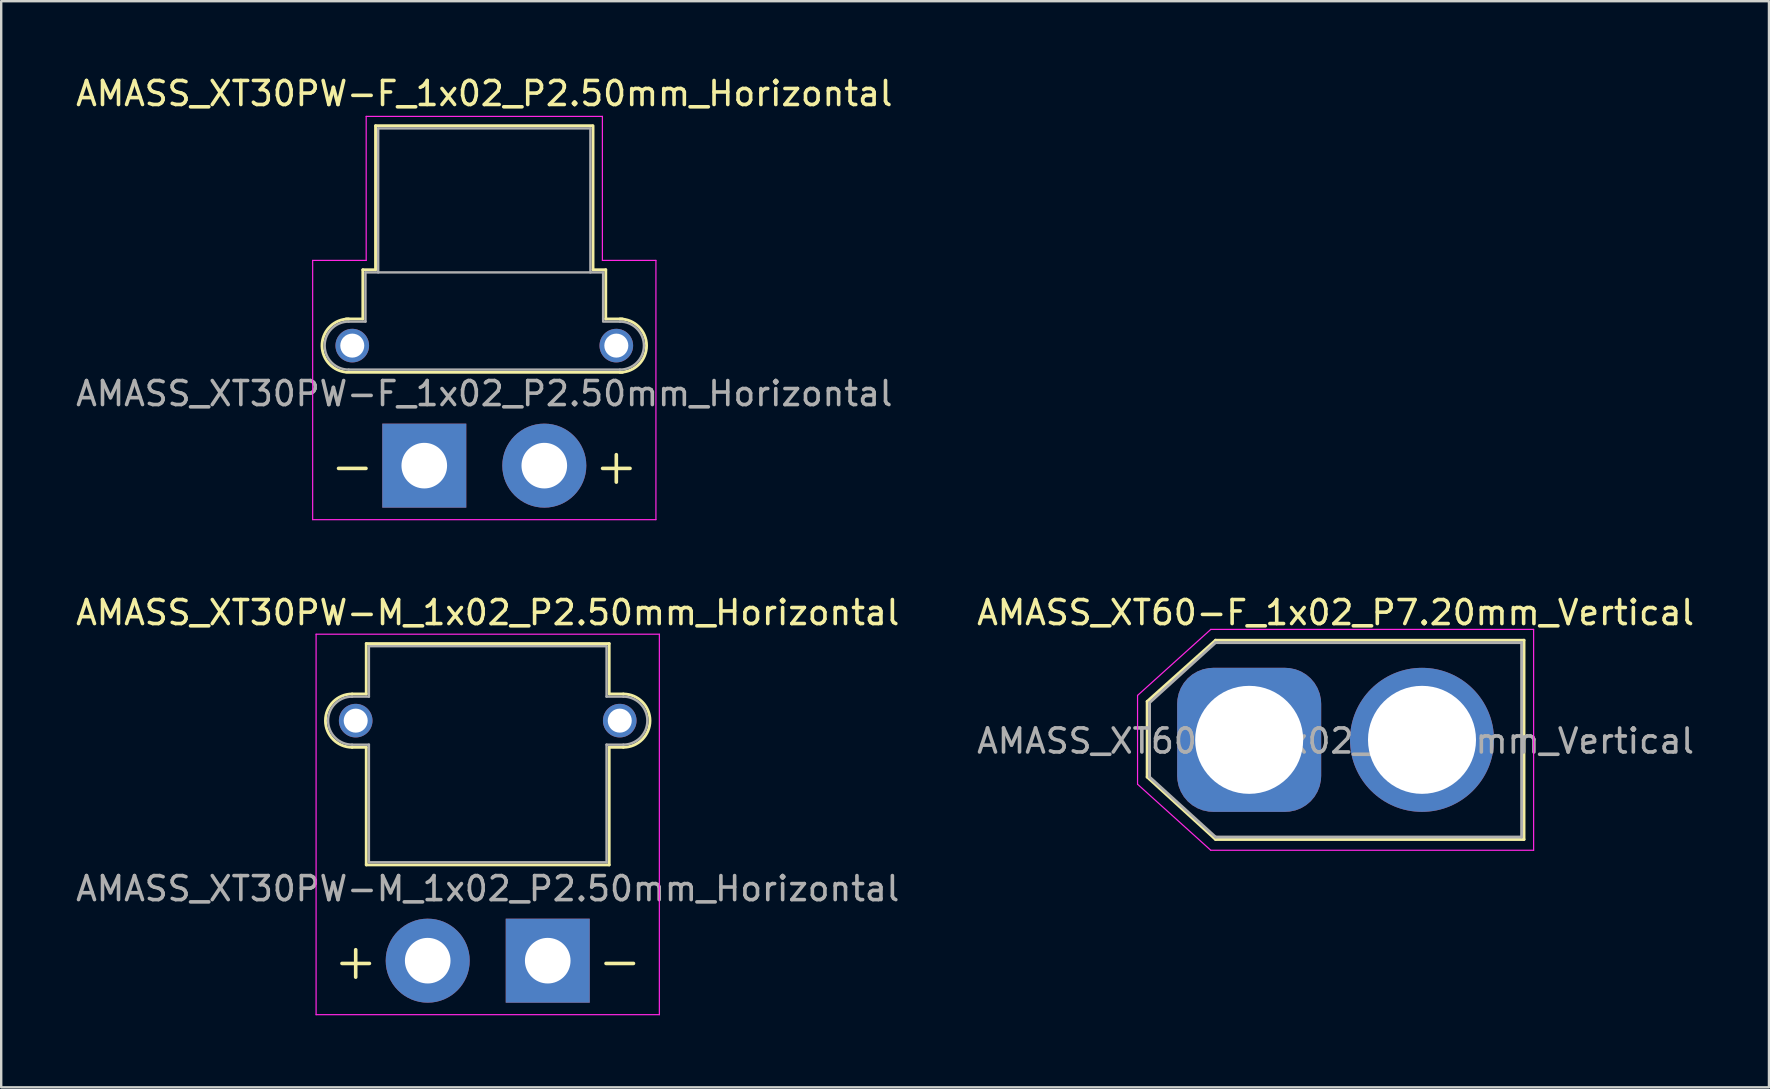
<source format=kicad_pcb>
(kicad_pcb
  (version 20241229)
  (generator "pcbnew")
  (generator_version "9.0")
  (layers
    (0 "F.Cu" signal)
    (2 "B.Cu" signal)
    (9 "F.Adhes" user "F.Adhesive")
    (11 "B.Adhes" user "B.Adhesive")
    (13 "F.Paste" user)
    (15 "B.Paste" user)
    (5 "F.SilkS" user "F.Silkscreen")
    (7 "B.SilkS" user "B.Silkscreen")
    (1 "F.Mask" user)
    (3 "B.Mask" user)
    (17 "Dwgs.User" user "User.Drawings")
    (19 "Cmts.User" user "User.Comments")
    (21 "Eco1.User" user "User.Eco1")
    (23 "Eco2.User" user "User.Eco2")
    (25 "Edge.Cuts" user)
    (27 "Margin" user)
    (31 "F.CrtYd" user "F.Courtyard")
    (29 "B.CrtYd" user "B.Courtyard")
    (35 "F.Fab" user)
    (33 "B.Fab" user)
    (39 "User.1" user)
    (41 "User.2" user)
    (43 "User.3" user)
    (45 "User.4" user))
  (footprint "AMASS_XT30PW-F_1x02_P2.50mm_Horizontal"
    (layer "F.Cu")
    (at 14.625 16.348)
    (property "Reference" "AMASS_XT30PW-F_1x02_P2.50mm_Horizontal" (at 2.5 -15.5 0) (layer "F.SilkS") (effects (font (size 1 1) (thickness 0.15))))
    (attr through_hole)
    (fp_line (start -3.26 -6.11) (end -2.56 -6.11) (stroke (width 0.12) (type solid)) (layer "F.SilkS"))
    (fp_line (start -3.26 -3.89) (end 8.26 -3.89) (stroke (width 0.12) (type solid)) (layer "F.SilkS"))
    (fp_line (start -2.56 -8.16) (end -2.56 -6.11) (stroke (width 0.12) (type solid)) (layer "F.SilkS"))
    (fp_line (start -2.56 -8.16) (end -2.03 -8.16) (stroke (width 0.12) (type solid)) (layer "F.SilkS"))
    (fp_line (start -2.03 -14.16) (end -2.03 -8.16) (stroke (width 0.12) (type solid)) (layer "F.SilkS"))
    (fp_line (start -2.03 -14.16) (end 7 -14.16) (stroke (width 0.12) (type solid)) (layer "F.SilkS"))
    (fp_line (start 7.03 -14.16) (end 7.03 -8.16) (stroke (width 0.12) (type solid)) (layer "F.SilkS"))
    (fp_line (start 7.03 -8.16) (end 7.56 -8.16) (stroke (width 0.12) (type solid)) (layer "F.SilkS"))
    (fp_line (start 7.56 -8.16) (end 7.56 -6.11) (stroke (width 0.12) (type solid)) (layer "F.SilkS"))
    (fp_line (start 7.56 -6.11) (end 8.26 -6.11) (stroke (width 0.12) (type solid)) (layer "F.SilkS"))
    (fp_arc (start -3.321729 -3.903365) (mid -4.256653 -5.086124) (end -3.15 -6.11) (stroke (width 0.12) (type solid)) (layer "F.SilkS"))
    (fp_arc (start 8.15 -6.11) (mid 9.26 -5) (end 8.15 -3.89) (stroke (width 0.12) (type solid)) (layer "F.SilkS"))
    (fp_line (start -4.65 -8.55) (end -4.65 2.25) (stroke (width 0.05) (type solid)) (layer "F.CrtYd"))
    (fp_line (start -4.65 -8.55) (end -2.42 -8.55) (stroke (width 0.05) (type solid)) (layer "F.CrtYd"))
    (fp_line (start -4.65 2.25) (end 9.65 2.25) (stroke (width 0.05) (type solid)) (layer "F.CrtYd"))
    (fp_line (start -2.42 -14.55) (end -2.42 -8.55) (stroke (width 0.05) (type solid)) (layer "F.CrtYd"))
    (fp_line (start -2.42 -14.55) (end 7.42 -14.55) (stroke (width 0.05) (type solid)) (layer "F.CrtYd"))
    (fp_line (start 7.42 -14.55) (end 7.42 -8.55) (stroke (width 0.05) (type solid)) (layer "F.CrtYd"))
    (fp_line (start 7.42 -8.55) (end 9.65 -8.55) (stroke (width 0.05) (type solid)) (layer "F.CrtYd"))
    (fp_line (start 9.65 -8.55) (end 9.65 2.25) (stroke (width 0.05) (type solid)) (layer "F.CrtYd"))
    (fp_line (start -3.15 -6) (end -2.45 -6) (stroke (width 0.1) (type solid)) (layer "F.Fab"))
    (fp_line (start -3.15 -4) (end 8.15 -4) (stroke (width 0.1) (type solid)) (layer "F.Fab"))
    (fp_line (start -2.45 -8.05) (end -2.45 -6) (stroke (width 0.1) (type solid)) (layer "F.Fab"))
    (fp_line (start -2.45 -8.05) (end 7.45 -8.05) (stroke (width 0.1) (type solid)) (layer "F.Fab"))
    (fp_line (start -1.92 -14.05) (end -1.92 -8.05) (stroke (width 0.1) (type solid)) (layer "F.Fab"))
    (fp_line (start -1.92 -14.05) (end 6.92 -14.05) (stroke (width 0.1) (type solid)) (layer "F.Fab"))
    (fp_line (start 6.92 -14.05) (end 6.92 -8.05) (stroke (width 0.1) (type solid)) (layer "F.Fab"))
    (fp_line (start 7.45 -8.05) (end 7.45 -6.05) (stroke (width 0.1) (type solid)) (layer "F.Fab"))
    (fp_line (start 7.45 -6) (end 8.15 -6) (stroke (width 0.1) (type solid)) (layer "F.Fab"))
    (fp_arc (start -3.15 -4) (mid -4.15 -5) (end -3.15 -6) (stroke (width 0.1) (type solid)) (layer "F.Fab"))
    (fp_arc (start 8.15 -6) (mid 9.15 -5) (end 8.15 -4) (stroke (width 0.1) (type solid)) (layer "F.Fab"))
    (fp_text user "-" (at -3 0 0) (layer "F.SilkS") (effects (font (size 1.5 1.5) (thickness 0.15))))
    (fp_text user "+" (at 8 0 0) (layer "F.SilkS") (effects (font (size 1.5 1.5) (thickness 0.15))))
    (fp_text user "${REFERENCE}" (at 2.5 -3 0) (layer "F.Fab") (effects (font (size 1 1) (thickness 0.15))))
    (pad "" thru_hole circle (at -3 -5 90) (size 1.4 1.4) (drill 1) (layers "*.Cu" "*.Mask"))
    (pad "" thru_hole circle (at 8 -5) (size 1.4 1.4) (drill 1) (layers "*.Cu" "*.Mask"))
    (pad "1" thru_hole rect (at 0 0) (size 3.5 3.5) (drill 1.9) (layers "*.Cu" "*.Mask"))
    (pad "2" thru_hole circle (at 5 0) (size 3.5 3.5) (drill 1.9) (layers "*.Cu" "*.Mask")))
  (footprint "AMASS_XT60-F_1x02_P7.20mm_Vertical"
    (layer "F.Cu")
    (at 48.989 27.771)
    (property "Reference" "AMASS_XT60-F_1x02_P7.20mm_Vertical" (at 3.6 -5.3 180) (layer "F.SilkS") (effects (font (size 1 1) (thickness 0.15))))
    (attr through_hole)
    (fp_line (start -4.25 -1.6) (end -4.25 1.55) (stroke (width 0.12) (type solid)) (layer "F.SilkS"))
    (fp_line (start -4.25 1.55) (end -1.4 4.15) (stroke (width 0.12) (type solid)) (layer "F.SilkS"))
    (fp_line (start -1.4 -4.15) (end -4.25 -1.6) (stroke (width 0.12) (type solid)) (layer "F.SilkS"))
    (fp_line (start -1.4 4.15) (end 11.45 4.15) (stroke (width 0.12) (type solid)) (layer "F.SilkS"))
    (fp_line (start 11.45 -4.15) (end -1.4 -4.15) (stroke (width 0.12) (type solid)) (layer "F.SilkS"))
    (fp_line (start 11.45 4.15) (end 11.45 -4.15) (stroke (width 0.12) (type solid)) (layer "F.SilkS"))
    (fp_line (start -4.65 -1.85) (end -1.6 -4.6) (stroke (width 0.05) (type solid)) (layer "F.CrtYd"))
    (fp_line (start -4.65 1.85) (end -4.65 -1.85) (stroke (width 0.05) (type solid)) (layer "F.CrtYd"))
    (fp_line (start -1.6 -4.6) (end 11.85 -4.6) (stroke (width 0.05) (type solid)) (layer "F.CrtYd"))
    (fp_line (start -1.6 4.6) (end -4.65 1.85) (stroke (width 0.05) (type solid)) (layer "F.CrtYd"))
    (fp_line (start 11.85 -4.6) (end 11.85 4.6) (stroke (width 0.05) (type solid)) (layer "F.CrtYd"))
    (fp_line (start 11.85 4.6) (end -1.6 4.6) (stroke (width 0.05) (type solid)) (layer "F.CrtYd"))
    (fp_line (start -4.15 -1.55) (end -4.15 1.55) (stroke (width 0.12) (type solid)) (layer "F.Fab"))
    (fp_line (start -4.15 1.55) (end -1.4 4.05) (stroke (width 0.12) (type solid)) (layer "F.Fab"))
    (fp_line (start -1.4 -4.05) (end -4.15 -1.55) (stroke (width 0.12) (type solid)) (layer "F.Fab"))
    (fp_line (start -1.4 4.05) (end 11.35 4.05) (stroke (width 0.12) (type solid)) (layer "F.Fab"))
    (fp_line (start 11.35 -4.05) (end -1.4 -4.05) (stroke (width 0.12) (type solid)) (layer "F.Fab"))
    (fp_line (start 11.35 4.05) (end 11.35 -4.05) (stroke (width 0.12) (type solid)) (layer "F.Fab"))
    (fp_text user "${REFERENCE}" (at 3.6 0.05 0) (layer "F.Fab") (effects (font (size 1 1) (thickness 0.15))))
    (pad "1" thru_hole roundrect (at 0 0) (size 6 6) (drill 4.5) (layers "*.Cu" "*.Mask") (roundrect_rratio 0.25))
    (pad "2" thru_hole circle (at 7.2 0) (size 6 6) (drill 4.5) (layers "*.Cu" "*.Mask")))
  (footprint "AMASS_XT30PW-M_1x02_P2.50mm_Horizontal"
    (layer "F.Cu")
    (at 19.768 36.971)
    (property "Reference" "AMASS_XT30PW-M_1x02_P2.50mm_Horizontal" (at -2.5 -14.5 0) (layer "F.SilkS") (effects (font (size 1 1) (thickness 0.15))))
    (attr through_hole)
    (fp_line (start -8.15 -11.11) (end -7.56 -11.11) (stroke (width 0.12) (type solid)) (layer "F.SilkS"))
    (fp_line (start -8.15 -8.89) (end -7.56 -8.89) (stroke (width 0.12) (type solid)) (layer "F.SilkS"))
    (fp_line (start -7.56 -13.21) (end -7.56 -11.11) (stroke (width 0.12) (type solid)) (layer "F.SilkS"))
    (fp_line (start -7.56 -13.21) (end 2.56 -13.21) (stroke (width 0.12) (type solid)) (layer "F.SilkS"))
    (fp_line (start -7.56 -8.89) (end -7.56 -3.99) (stroke (width 0.12) (type solid)) (layer "F.SilkS"))
    (fp_line (start -7.56 -3.99) (end 2.56 -3.99) (stroke (width 0.12) (type solid)) (layer "F.SilkS"))
    (fp_line (start 2.56 -13.21) (end 2.56 -11.11) (stroke (width 0.12) (type solid)) (layer "F.SilkS"))
    (fp_line (start 2.56 -11.11) (end 3.15 -11.11) (stroke (width 0.12) (type solid)) (layer "F.SilkS"))
    (fp_line (start 2.56 -8.89) (end 2.56 -3.99) (stroke (width 0.12) (type solid)) (layer "F.SilkS"))
    (fp_line (start 2.56 -8.89) (end 3.15 -8.89) (stroke (width 0.12) (type solid)) (layer "F.SilkS"))
    (fp_arc (start -8.15 -8.89) (mid -9.26 -10) (end -8.15 -11.11) (stroke (width 0.12) (type solid)) (layer "F.SilkS"))
    (fp_arc (start 3.15 -11.11) (mid 4.26 -10) (end 3.15 -8.89) (stroke (width 0.12) (type solid)) (layer "F.SilkS"))
    (fp_line (start -9.65 -13.6) (end -9.65 2.25) (stroke (width 0.05) (type solid)) (layer "F.CrtYd"))
    (fp_line (start -9.65 -13.6) (end 4.65 -13.6) (stroke (width 0.05) (type solid)) (layer "F.CrtYd"))
    (fp_line (start -9.65 2.25) (end 4.65 2.25) (stroke (width 0.05) (type solid)) (layer "F.CrtYd"))
    (fp_line (start 4.65 -13.6) (end 4.65 2.25) (stroke (width 0.05) (type solid)) (layer "F.CrtYd"))
    (fp_line (start -8.15 -11) (end -7.45 -11) (stroke (width 0.1) (type solid)) (layer "F.Fab"))
    (fp_line (start -8.15 -9) (end -7.45 -9) (stroke (width 0.1) (type solid)) (layer "F.Fab"))
    (fp_line (start -7.45 -13.1) (end -7.45 -11) (stroke (width 0.1) (type solid)) (layer "F.Fab"))
    (fp_line (start -7.45 -13.1) (end 2.45 -13.1) (stroke (width 0.1) (type solid)) (layer "F.Fab"))
    (fp_line (start -7.45 -9) (end -7.45 -4.1) (stroke (width 0.1) (type solid)) (layer "F.Fab"))
    (fp_line (start -7.45 -4.1) (end 2.45 -4.1) (stroke (width 0.1) (type solid)) (layer "F.Fab"))
    (fp_line (start 2.45 -13.1) (end 2.45 -11) (stroke (width 0.1) (type solid)) (layer "F.Fab"))
    (fp_line (start 2.45 -11) (end 3.15 -11) (stroke (width 0.1) (type solid)) (layer "F.Fab"))
    (fp_line (start 2.45 -9) (end 2.45 -4.1) (stroke (width 0.1) (type solid)) (layer "F.Fab"))
    (fp_line (start 2.45 -9) (end 3.15 -9) (stroke (width 0.1) (type solid)) (layer "F.Fab"))
    (fp_arc (start -8.15 -9) (mid -9.15 -10) (end -8.15 -11) (stroke (width 0.1) (type solid)) (layer "F.Fab"))
    (fp_arc (start 3.15 -11) (mid 4.15 -10) (end 3.15 -9) (stroke (width 0.1) (type solid)) (layer "F.Fab"))
    (fp_text user "+" (at -8 0 0) (layer "F.SilkS") (effects (font (size 1.5 1.5) (thickness 0.15))))
    (fp_text user "-" (at 3 0 0) (layer "F.SilkS") (effects (font (size 1.5 1.5) (thickness 0.15))))
    (fp_text user "${REFERENCE}" (at -2.5 -3 0) (layer "F.Fab") (effects (font (size 1 1) (thickness 0.15))))
    (pad "" thru_hole circle (at -8 -10) (size 1.4 1.4) (drill 1) (layers "*.Cu" "*.Mask"))
    (pad "" thru_hole circle (at 3 -10) (size 1.4 1.4) (drill 1) (layers "*.Cu" "*.Mask"))
    (pad "1" thru_hole rect (at 0 0) (size 3.5 3.5) (drill 1.9) (layers "*.Cu" "*.Mask"))
    (pad "2" thru_hole circle (at -5 0) (size 3.5 3.5) (drill 1.9) (layers "*.Cu" "*.Mask")))
  (gr_rect
    (start -3 -3)
    (end 70.643 42.246)
    (stroke (width 0.1) (type default))
    (fill no)
    (layer "Edge.Cuts")))
</source>
